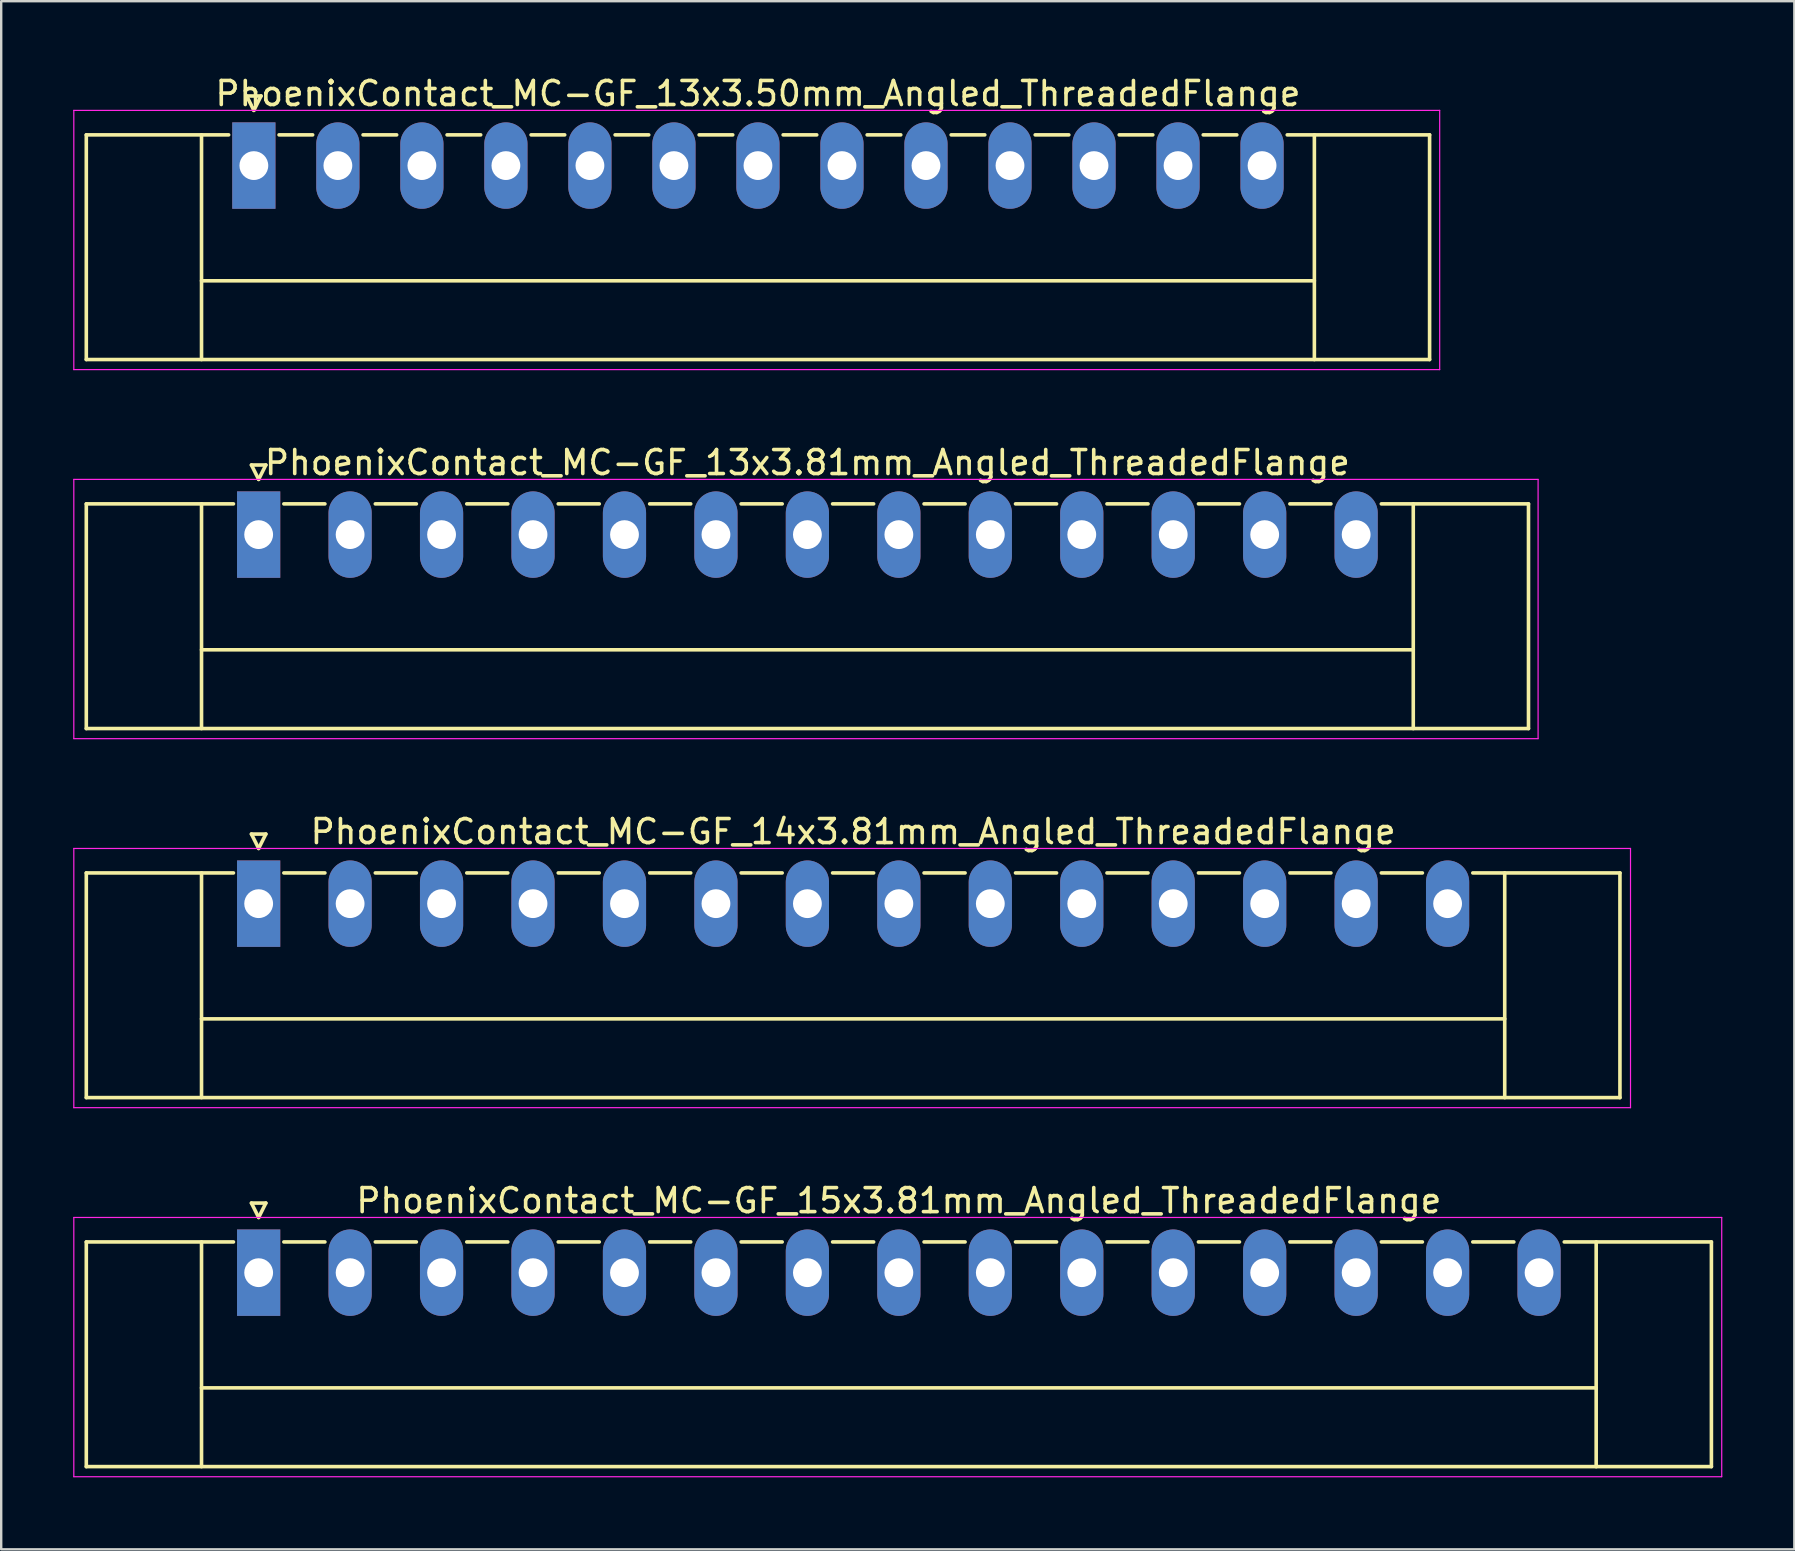
<source format=kicad_pcb>
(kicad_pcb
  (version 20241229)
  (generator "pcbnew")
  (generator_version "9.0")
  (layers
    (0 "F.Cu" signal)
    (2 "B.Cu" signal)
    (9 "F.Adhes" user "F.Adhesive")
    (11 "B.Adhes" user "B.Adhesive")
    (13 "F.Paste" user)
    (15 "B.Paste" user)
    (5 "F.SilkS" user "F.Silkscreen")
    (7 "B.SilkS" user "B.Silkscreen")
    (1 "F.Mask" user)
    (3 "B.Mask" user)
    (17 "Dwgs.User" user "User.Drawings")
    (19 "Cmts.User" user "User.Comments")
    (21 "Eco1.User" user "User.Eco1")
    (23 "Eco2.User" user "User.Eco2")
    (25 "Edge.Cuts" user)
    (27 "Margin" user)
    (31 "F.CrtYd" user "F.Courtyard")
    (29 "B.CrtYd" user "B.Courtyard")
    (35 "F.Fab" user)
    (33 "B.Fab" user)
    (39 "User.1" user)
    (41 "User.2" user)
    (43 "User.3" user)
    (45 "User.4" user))
  (footprint "PhoenixContact_MC-GF_13x3.50mm_Angled_ThreadedFlange"
    (layer "F.Cu")
    (at 7.525 3.848)
    (property "Reference" "PhoenixContact_MC-GF_13x3.50mm_Angled_ThreadedFlange" (at 21 -3 0) (layer "F.SilkS") (effects (font (size 1 1) (thickness 0.15))))
    (attr through_hole)
    (fp_line (start -6.98 -1.28) (end -6.98 8.08) (stroke (width 0.15) (type solid)) (layer "F.SilkS"))
    (fp_line (start -6.98 -1.28) (end -1.05 -1.28) (stroke (width 0.15) (type solid)) (layer "F.SilkS"))
    (fp_line (start -6.98 8.08) (end 48.98 8.08) (stroke (width 0.15) (type solid)) (layer "F.SilkS"))
    (fp_line (start -2.18 -1.28) (end -2.18 8.08) (stroke (width 0.15) (type solid)) (layer "F.SilkS"))
    (fp_line (start -2.18 4.8) (end 44.18 4.8) (stroke (width 0.15) (type solid)) (layer "F.SilkS"))
    (fp_line (start -0.3 -2.9) (end 0 -2.3) (stroke (width 0.15) (type solid)) (layer "F.SilkS"))
    (fp_line (start 0 -2.3) (end 0.3 -2.9) (stroke (width 0.15) (type solid)) (layer "F.SilkS"))
    (fp_line (start 0.3 -2.9) (end -0.3 -2.9) (stroke (width 0.15) (type solid)) (layer "F.SilkS"))
    (fp_line (start 1.05 -1.28) (end 2.45 -1.28) (stroke (width 0.15) (type solid)) (layer "F.SilkS"))
    (fp_line (start 4.55 -1.28) (end 5.95 -1.28) (stroke (width 0.15) (type solid)) (layer "F.SilkS"))
    (fp_line (start 8.05 -1.28) (end 9.45 -1.28) (stroke (width 0.15) (type solid)) (layer "F.SilkS"))
    (fp_line (start 11.55 -1.28) (end 12.95 -1.28) (stroke (width 0.15) (type solid)) (layer "F.SilkS"))
    (fp_line (start 15.05 -1.28) (end 16.45 -1.28) (stroke (width 0.15) (type solid)) (layer "F.SilkS"))
    (fp_line (start 18.55 -1.28) (end 19.95 -1.28) (stroke (width 0.15) (type solid)) (layer "F.SilkS"))
    (fp_line (start 22.05 -1.28) (end 23.45 -1.28) (stroke (width 0.15) (type solid)) (layer "F.SilkS"))
    (fp_line (start 25.55 -1.28) (end 26.95 -1.28) (stroke (width 0.15) (type solid)) (layer "F.SilkS"))
    (fp_line (start 29.05 -1.28) (end 30.45 -1.28) (stroke (width 0.15) (type solid)) (layer "F.SilkS"))
    (fp_line (start 32.55 -1.28) (end 33.95 -1.28) (stroke (width 0.15) (type solid)) (layer "F.SilkS"))
    (fp_line (start 36.05 -1.28) (end 37.45 -1.28) (stroke (width 0.15) (type solid)) (layer "F.SilkS"))
    (fp_line (start 39.55 -1.28) (end 40.95 -1.28) (stroke (width 0.15) (type solid)) (layer "F.SilkS"))
    (fp_line (start 44.18 -1.28) (end 44.18 8.08) (stroke (width 0.15) (type solid)) (layer "F.SilkS"))
    (fp_line (start 48.98 -1.28) (end 43.05 -1.28) (stroke (width 0.15) (type solid)) (layer "F.SilkS"))
    (fp_line (start 48.98 8.08) (end 48.98 -1.28) (stroke (width 0.15) (type solid)) (layer "F.SilkS"))
    (fp_line (start -7.5 -2.3) (end -7.5 8.5) (stroke (width 0.05) (type solid)) (layer "F.CrtYd"))
    (fp_line (start -7.5 8.5) (end 49.4 8.5) (stroke (width 0.05) (type solid)) (layer "F.CrtYd"))
    (fp_line (start 49.4 -2.3) (end -7.5 -2.3) (stroke (width 0.05) (type solid)) (layer "F.CrtYd"))
    (fp_line (start 49.4 8.5) (end 49.4 -2.3) (stroke (width 0.05) (type solid)) (layer "F.CrtYd"))
    (pad "1" thru_hole rect (at 0 0) (size 1.8 3.6) (drill 1.2) (layers "*.Cu" "*.Mask"))
    (pad "2" thru_hole oval (at 3.5 0) (size 1.8 3.6) (drill 1.2) (layers "*.Cu" "*.Mask"))
    (pad "3" thru_hole oval (at 7 0) (size 1.8 3.6) (drill 1.2) (layers "*.Cu" "*.Mask"))
    (pad "4" thru_hole oval (at 10.5 0) (size 1.8 3.6) (drill 1.2) (layers "*.Cu" "*.Mask"))
    (pad "5" thru_hole oval (at 14 0) (size 1.8 3.6) (drill 1.2) (layers "*.Cu" "*.Mask"))
    (pad "6" thru_hole oval (at 17.5 0) (size 1.8 3.6) (drill 1.2) (layers "*.Cu" "*.Mask"))
    (pad "7" thru_hole oval (at 21 0) (size 1.8 3.6) (drill 1.2) (layers "*.Cu" "*.Mask"))
    (pad "8" thru_hole oval (at 24.5 0) (size 1.8 3.6) (drill 1.2) (layers "*.Cu" "*.Mask"))
    (pad "9" thru_hole oval (at 28 0) (size 1.8 3.6) (drill 1.2) (layers "*.Cu" "*.Mask"))
    (pad "10" thru_hole oval (at 31.5 0) (size 1.8 3.6) (drill 1.2) (layers "*.Cu" "*.Mask"))
    (pad "11" thru_hole oval (at 35 0) (size 1.8 3.6) (drill 1.2) (layers "*.Cu" "*.Mask"))
    (pad "12" thru_hole oval (at 38.5 0) (size 1.8 3.6) (drill 1.2) (layers "*.Cu" "*.Mask"))
    (pad "13" thru_hole oval (at 42 0) (size 1.8 3.6) (drill 1.2) (layers "*.Cu" "*.Mask")))
  (footprint "PhoenixContact_MC-GF_14x3.81mm_Angled_ThreadedFlange"
    (layer "F.Cu")
    (at 7.725 34.595)
    (property "Reference" "PhoenixContact_MC-GF_14x3.81mm_Angled_ThreadedFlange" (at 24.765 -3 0) (layer "F.SilkS") (effects (font (size 1 1) (thickness 0.15))))
    (attr through_hole)
    (fp_line (start -7.18 -1.28) (end -7.18 8.08) (stroke (width 0.15) (type solid)) (layer "F.SilkS"))
    (fp_line (start -7.18 -1.28) (end -1.05 -1.28) (stroke (width 0.15) (type solid)) (layer "F.SilkS"))
    (fp_line (start -7.18 8.08) (end 56.71 8.08) (stroke (width 0.15) (type solid)) (layer "F.SilkS"))
    (fp_line (start -2.38 -1.28) (end -2.38 8.08) (stroke (width 0.15) (type solid)) (layer "F.SilkS"))
    (fp_line (start -2.38 4.8) (end 51.91 4.8) (stroke (width 0.15) (type solid)) (layer "F.SilkS"))
    (fp_line (start -0.3 -2.9) (end 0 -2.3) (stroke (width 0.15) (type solid)) (layer "F.SilkS"))
    (fp_line (start 0 -2.3) (end 0.3 -2.9) (stroke (width 0.15) (type solid)) (layer "F.SilkS"))
    (fp_line (start 0.3 -2.9) (end -0.3 -2.9) (stroke (width 0.15) (type solid)) (layer "F.SilkS"))
    (fp_line (start 1.05 -1.28) (end 2.76 -1.28) (stroke (width 0.15) (type solid)) (layer "F.SilkS"))
    (fp_line (start 4.86 -1.28) (end 6.57 -1.28) (stroke (width 0.15) (type solid)) (layer "F.SilkS"))
    (fp_line (start 8.67 -1.28) (end 10.38 -1.28) (stroke (width 0.15) (type solid)) (layer "F.SilkS"))
    (fp_line (start 12.48 -1.28) (end 14.19 -1.28) (stroke (width 0.15) (type solid)) (layer "F.SilkS"))
    (fp_line (start 16.29 -1.28) (end 18 -1.28) (stroke (width 0.15) (type solid)) (layer "F.SilkS"))
    (fp_line (start 20.1 -1.28) (end 21.81 -1.28) (stroke (width 0.15) (type solid)) (layer "F.SilkS"))
    (fp_line (start 23.91 -1.28) (end 25.62 -1.28) (stroke (width 0.15) (type solid)) (layer "F.SilkS"))
    (fp_line (start 27.72 -1.28) (end 29.43 -1.28) (stroke (width 0.15) (type solid)) (layer "F.SilkS"))
    (fp_line (start 31.53 -1.28) (end 33.24 -1.28) (stroke (width 0.15) (type solid)) (layer "F.SilkS"))
    (fp_line (start 35.34 -1.28) (end 37.05 -1.28) (stroke (width 0.15) (type solid)) (layer "F.SilkS"))
    (fp_line (start 39.15 -1.28) (end 40.86 -1.28) (stroke (width 0.15) (type solid)) (layer "F.SilkS"))
    (fp_line (start 42.96 -1.28) (end 44.67 -1.28) (stroke (width 0.15) (type solid)) (layer "F.SilkS"))
    (fp_line (start 46.77 -1.28) (end 48.48 -1.28) (stroke (width 0.15) (type solid)) (layer "F.SilkS"))
    (fp_line (start 51.91 -1.28) (end 51.91 8.08) (stroke (width 0.15) (type solid)) (layer "F.SilkS"))
    (fp_line (start 56.71 -1.28) (end 50.58 -1.28) (stroke (width 0.15) (type solid)) (layer "F.SilkS"))
    (fp_line (start 56.71 8.08) (end 56.71 -1.28) (stroke (width 0.15) (type solid)) (layer "F.SilkS"))
    (fp_line (start -7.7 -2.3) (end -7.7 8.5) (stroke (width 0.05) (type solid)) (layer "F.CrtYd"))
    (fp_line (start -7.7 8.5) (end 57.15 8.5) (stroke (width 0.05) (type solid)) (layer "F.CrtYd"))
    (fp_line (start 57.15 -2.3) (end -7.7 -2.3) (stroke (width 0.05) (type solid)) (layer "F.CrtYd"))
    (fp_line (start 57.15 8.5) (end 57.15 -2.3) (stroke (width 0.05) (type solid)) (layer "F.CrtYd"))
    (pad "1" thru_hole rect (at 0 0) (size 1.8 3.6) (drill 1.2) (layers "*.Cu" "*.Mask"))
    (pad "2" thru_hole oval (at 3.81 0) (size 1.8 3.6) (drill 1.2) (layers "*.Cu" "*.Mask"))
    (pad "3" thru_hole oval (at 7.62 0) (size 1.8 3.6) (drill 1.2) (layers "*.Cu" "*.Mask"))
    (pad "4" thru_hole oval (at 11.43 0) (size 1.8 3.6) (drill 1.2) (layers "*.Cu" "*.Mask"))
    (pad "5" thru_hole oval (at 15.24 0) (size 1.8 3.6) (drill 1.2) (layers "*.Cu" "*.Mask"))
    (pad "6" thru_hole oval (at 19.05 0) (size 1.8 3.6) (drill 1.2) (layers "*.Cu" "*.Mask"))
    (pad "7" thru_hole oval (at 22.86 0) (size 1.8 3.6) (drill 1.2) (layers "*.Cu" "*.Mask"))
    (pad "8" thru_hole oval (at 26.67 0) (size 1.8 3.6) (drill 1.2) (layers "*.Cu" "*.Mask"))
    (pad "9" thru_hole oval (at 30.48 0) (size 1.8 3.6) (drill 1.2) (layers "*.Cu" "*.Mask"))
    (pad "10" thru_hole oval (at 34.29 0) (size 1.8 3.6) (drill 1.2) (layers "*.Cu" "*.Mask"))
    (pad "11" thru_hole oval (at 38.1 0) (size 1.8 3.6) (drill 1.2) (layers "*.Cu" "*.Mask"))
    (pad "12" thru_hole oval (at 41.91 0) (size 1.8 3.6) (drill 1.2) (layers "*.Cu" "*.Mask"))
    (pad "13" thru_hole oval (at 45.72 0) (size 1.8 3.6) (drill 1.2) (layers "*.Cu" "*.Mask"))
    (pad "14" thru_hole oval (at 49.53 0) (size 1.8 3.6) (drill 1.2) (layers "*.Cu" "*.Mask")))
  (footprint "PhoenixContact_MC-GF_13x3.81mm_Angled_ThreadedFlange"
    (layer "F.Cu")
    (at 7.725 19.221)
    (property "Reference" "PhoenixContact_MC-GF_13x3.81mm_Angled_ThreadedFlange" (at 22.86 -3 0) (layer "F.SilkS") (effects (font (size 1 1) (thickness 0.15))))
    (attr through_hole)
    (fp_line (start -7.18 -1.28) (end -7.18 8.08) (stroke (width 0.15) (type solid)) (layer "F.SilkS"))
    (fp_line (start -7.18 -1.28) (end -1.05 -1.28) (stroke (width 0.15) (type solid)) (layer "F.SilkS"))
    (fp_line (start -7.18 8.08) (end 52.9 8.08) (stroke (width 0.15) (type solid)) (layer "F.SilkS"))
    (fp_line (start -2.38 -1.28) (end -2.38 8.08) (stroke (width 0.15) (type solid)) (layer "F.SilkS"))
    (fp_line (start -2.38 4.8) (end 48.1 4.8) (stroke (width 0.15) (type solid)) (layer "F.SilkS"))
    (fp_line (start -0.3 -2.9) (end 0 -2.3) (stroke (width 0.15) (type solid)) (layer "F.SilkS"))
    (fp_line (start 0 -2.3) (end 0.3 -2.9) (stroke (width 0.15) (type solid)) (layer "F.SilkS"))
    (fp_line (start 0.3 -2.9) (end -0.3 -2.9) (stroke (width 0.15) (type solid)) (layer "F.SilkS"))
    (fp_line (start 1.05 -1.28) (end 2.76 -1.28) (stroke (width 0.15) (type solid)) (layer "F.SilkS"))
    (fp_line (start 4.86 -1.28) (end 6.57 -1.28) (stroke (width 0.15) (type solid)) (layer "F.SilkS"))
    (fp_line (start 8.67 -1.28) (end 10.38 -1.28) (stroke (width 0.15) (type solid)) (layer "F.SilkS"))
    (fp_line (start 12.48 -1.28) (end 14.19 -1.28) (stroke (width 0.15) (type solid)) (layer "F.SilkS"))
    (fp_line (start 16.29 -1.28) (end 18 -1.28) (stroke (width 0.15) (type solid)) (layer "F.SilkS"))
    (fp_line (start 20.1 -1.28) (end 21.81 -1.28) (stroke (width 0.15) (type solid)) (layer "F.SilkS"))
    (fp_line (start 23.91 -1.28) (end 25.62 -1.28) (stroke (width 0.15) (type solid)) (layer "F.SilkS"))
    (fp_line (start 27.72 -1.28) (end 29.43 -1.28) (stroke (width 0.15) (type solid)) (layer "F.SilkS"))
    (fp_line (start 31.53 -1.28) (end 33.24 -1.28) (stroke (width 0.15) (type solid)) (layer "F.SilkS"))
    (fp_line (start 35.34 -1.28) (end 37.05 -1.28) (stroke (width 0.15) (type solid)) (layer "F.SilkS"))
    (fp_line (start 39.15 -1.28) (end 40.86 -1.28) (stroke (width 0.15) (type solid)) (layer "F.SilkS"))
    (fp_line (start 42.96 -1.28) (end 44.67 -1.28) (stroke (width 0.15) (type solid)) (layer "F.SilkS"))
    (fp_line (start 48.1 -1.28) (end 48.1 8.08) (stroke (width 0.15) (type solid)) (layer "F.SilkS"))
    (fp_line (start 52.9 -1.28) (end 46.77 -1.28) (stroke (width 0.15) (type solid)) (layer "F.SilkS"))
    (fp_line (start 52.9 8.08) (end 52.9 -1.28) (stroke (width 0.15) (type solid)) (layer "F.SilkS"))
    (fp_line (start -7.7 -2.3) (end -7.7 8.5) (stroke (width 0.05) (type solid)) (layer "F.CrtYd"))
    (fp_line (start -7.7 8.5) (end 53.3 8.5) (stroke (width 0.05) (type solid)) (layer "F.CrtYd"))
    (fp_line (start 53.3 -2.3) (end -7.7 -2.3) (stroke (width 0.05) (type solid)) (layer "F.CrtYd"))
    (fp_line (start 53.3 8.5) (end 53.3 -2.3) (stroke (width 0.05) (type solid)) (layer "F.CrtYd"))
    (pad "1" thru_hole rect (at 0 0) (size 1.8 3.6) (drill 1.2) (layers "*.Cu" "*.Mask"))
    (pad "2" thru_hole oval (at 3.81 0) (size 1.8 3.6) (drill 1.2) (layers "*.Cu" "*.Mask"))
    (pad "3" thru_hole oval (at 7.62 0) (size 1.8 3.6) (drill 1.2) (layers "*.Cu" "*.Mask"))
    (pad "4" thru_hole oval (at 11.43 0) (size 1.8 3.6) (drill 1.2) (layers "*.Cu" "*.Mask"))
    (pad "5" thru_hole oval (at 15.24 0) (size 1.8 3.6) (drill 1.2) (layers "*.Cu" "*.Mask"))
    (pad "6" thru_hole oval (at 19.05 0) (size 1.8 3.6) (drill 1.2) (layers "*.Cu" "*.Mask"))
    (pad "7" thru_hole oval (at 22.86 0) (size 1.8 3.6) (drill 1.2) (layers "*.Cu" "*.Mask"))
    (pad "8" thru_hole oval (at 26.67 0) (size 1.8 3.6) (drill 1.2) (layers "*.Cu" "*.Mask"))
    (pad "9" thru_hole oval (at 30.48 0) (size 1.8 3.6) (drill 1.2) (layers "*.Cu" "*.Mask"))
    (pad "10" thru_hole oval (at 34.29 0) (size 1.8 3.6) (drill 1.2) (layers "*.Cu" "*.Mask"))
    (pad "11" thru_hole oval (at 38.1 0) (size 1.8 3.6) (drill 1.2) (layers "*.Cu" "*.Mask"))
    (pad "12" thru_hole oval (at 41.91 0) (size 1.8 3.6) (drill 1.2) (layers "*.Cu" "*.Mask"))
    (pad "13" thru_hole oval (at 45.72 0) (size 1.8 3.6) (drill 1.2) (layers "*.Cu" "*.Mask")))
  (footprint "PhoenixContact_MC-GF_15x3.81mm_Angled_ThreadedFlange"
    (layer "F.Cu")
    (at 7.725 49.968)
    (property "Reference" "PhoenixContact_MC-GF_15x3.81mm_Angled_ThreadedFlange" (at 26.67 -3 0) (layer "F.SilkS") (effects (font (size 1 1) (thickness 0.15))))
    (attr through_hole)
    (fp_line (start -7.18 -1.28) (end -7.18 8.08) (stroke (width 0.15) (type solid)) (layer "F.SilkS"))
    (fp_line (start -7.18 -1.28) (end -1.05 -1.28) (stroke (width 0.15) (type solid)) (layer "F.SilkS"))
    (fp_line (start -7.18 8.08) (end 60.52 8.08) (stroke (width 0.15) (type solid)) (layer "F.SilkS"))
    (fp_line (start -2.38 -1.28) (end -2.38 8.08) (stroke (width 0.15) (type solid)) (layer "F.SilkS"))
    (fp_line (start -2.38 4.8) (end 55.72 4.8) (stroke (width 0.15) (type solid)) (layer "F.SilkS"))
    (fp_line (start -0.3 -2.9) (end 0 -2.3) (stroke (width 0.15) (type solid)) (layer "F.SilkS"))
    (fp_line (start 0 -2.3) (end 0.3 -2.9) (stroke (width 0.15) (type solid)) (layer "F.SilkS"))
    (fp_line (start 0.3 -2.9) (end -0.3 -2.9) (stroke (width 0.15) (type solid)) (layer "F.SilkS"))
    (fp_line (start 1.05 -1.28) (end 2.76 -1.28) (stroke (width 0.15) (type solid)) (layer "F.SilkS"))
    (fp_line (start 4.86 -1.28) (end 6.57 -1.28) (stroke (width 0.15) (type solid)) (layer "F.SilkS"))
    (fp_line (start 8.67 -1.28) (end 10.38 -1.28) (stroke (width 0.15) (type solid)) (layer "F.SilkS"))
    (fp_line (start 12.48 -1.28) (end 14.19 -1.28) (stroke (width 0.15) (type solid)) (layer "F.SilkS"))
    (fp_line (start 16.29 -1.28) (end 18 -1.28) (stroke (width 0.15) (type solid)) (layer "F.SilkS"))
    (fp_line (start 20.1 -1.28) (end 21.81 -1.28) (stroke (width 0.15) (type solid)) (layer "F.SilkS"))
    (fp_line (start 23.91 -1.28) (end 25.62 -1.28) (stroke (width 0.15) (type solid)) (layer "F.SilkS"))
    (fp_line (start 27.72 -1.28) (end 29.43 -1.28) (stroke (width 0.15) (type solid)) (layer "F.SilkS"))
    (fp_line (start 31.53 -1.28) (end 33.24 -1.28) (stroke (width 0.15) (type solid)) (layer "F.SilkS"))
    (fp_line (start 35.34 -1.28) (end 37.05 -1.28) (stroke (width 0.15) (type solid)) (layer "F.SilkS"))
    (fp_line (start 39.15 -1.28) (end 40.86 -1.28) (stroke (width 0.15) (type solid)) (layer "F.SilkS"))
    (fp_line (start 42.96 -1.28) (end 44.67 -1.28) (stroke (width 0.15) (type solid)) (layer "F.SilkS"))
    (fp_line (start 46.77 -1.28) (end 48.48 -1.28) (stroke (width 0.15) (type solid)) (layer "F.SilkS"))
    (fp_line (start 50.58 -1.28) (end 52.29 -1.28) (stroke (width 0.15) (type solid)) (layer "F.SilkS"))
    (fp_line (start 55.72 -1.28) (end 55.72 8.08) (stroke (width 0.15) (type solid)) (layer "F.SilkS"))
    (fp_line (start 60.52 -1.28) (end 54.39 -1.28) (stroke (width 0.15) (type solid)) (layer "F.SilkS"))
    (fp_line (start 60.52 8.08) (end 60.52 -1.28) (stroke (width 0.15) (type solid)) (layer "F.SilkS"))
    (fp_line (start -7.7 -2.3) (end -7.7 8.5) (stroke (width 0.05) (type solid)) (layer "F.CrtYd"))
    (fp_line (start -7.7 8.5) (end 60.95 8.5) (stroke (width 0.05) (type solid)) (layer "F.CrtYd"))
    (fp_line (start 60.95 -2.3) (end -7.7 -2.3) (stroke (width 0.05) (type solid)) (layer "F.CrtYd"))
    (fp_line (start 60.95 8.5) (end 60.95 -2.3) (stroke (width 0.05) (type solid)) (layer "F.CrtYd"))
    (pad "1" thru_hole rect (at 0 0) (size 1.8 3.6) (drill 1.2) (layers "*.Cu" "*.Mask"))
    (pad "2" thru_hole oval (at 3.81 0) (size 1.8 3.6) (drill 1.2) (layers "*.Cu" "*.Mask"))
    (pad "3" thru_hole oval (at 7.62 0) (size 1.8 3.6) (drill 1.2) (layers "*.Cu" "*.Mask"))
    (pad "4" thru_hole oval (at 11.43 0) (size 1.8 3.6) (drill 1.2) (layers "*.Cu" "*.Mask"))
    (pad "5" thru_hole oval (at 15.24 0) (size 1.8 3.6) (drill 1.2) (layers "*.Cu" "*.Mask"))
    (pad "6" thru_hole oval (at 19.05 0) (size 1.8 3.6) (drill 1.2) (layers "*.Cu" "*.Mask"))
    (pad "7" thru_hole oval (at 22.86 0) (size 1.8 3.6) (drill 1.2) (layers "*.Cu" "*.Mask"))
    (pad "8" thru_hole oval (at 26.67 0) (size 1.8 3.6) (drill 1.2) (layers "*.Cu" "*.Mask"))
    (pad "9" thru_hole oval (at 30.48 0) (size 1.8 3.6) (drill 1.2) (layers "*.Cu" "*.Mask"))
    (pad "10" thru_hole oval (at 34.29 0) (size 1.8 3.6) (drill 1.2) (layers "*.Cu" "*.Mask"))
    (pad "11" thru_hole oval (at 38.1 0) (size 1.8 3.6) (drill 1.2) (layers "*.Cu" "*.Mask"))
    (pad "12" thru_hole oval (at 41.91 0) (size 1.8 3.6) (drill 1.2) (layers "*.Cu" "*.Mask"))
    (pad "13" thru_hole oval (at 45.72 0) (size 1.8 3.6) (drill 1.2) (layers "*.Cu" "*.Mask"))
    (pad "14" thru_hole oval (at 49.53 0) (size 1.8 3.6) (drill 1.2) (layers "*.Cu" "*.Mask"))
    (pad "15" thru_hole oval (at 53.34 0) (size 1.8 3.6) (drill 1.2) (layers "*.Cu" "*.Mask")))
  (gr_rect
    (start -3 -3)
    (end 71.7 61.493)
    (stroke (width 0.1) (type default))
    (fill no)
    (layer "Edge.Cuts")))
</source>
